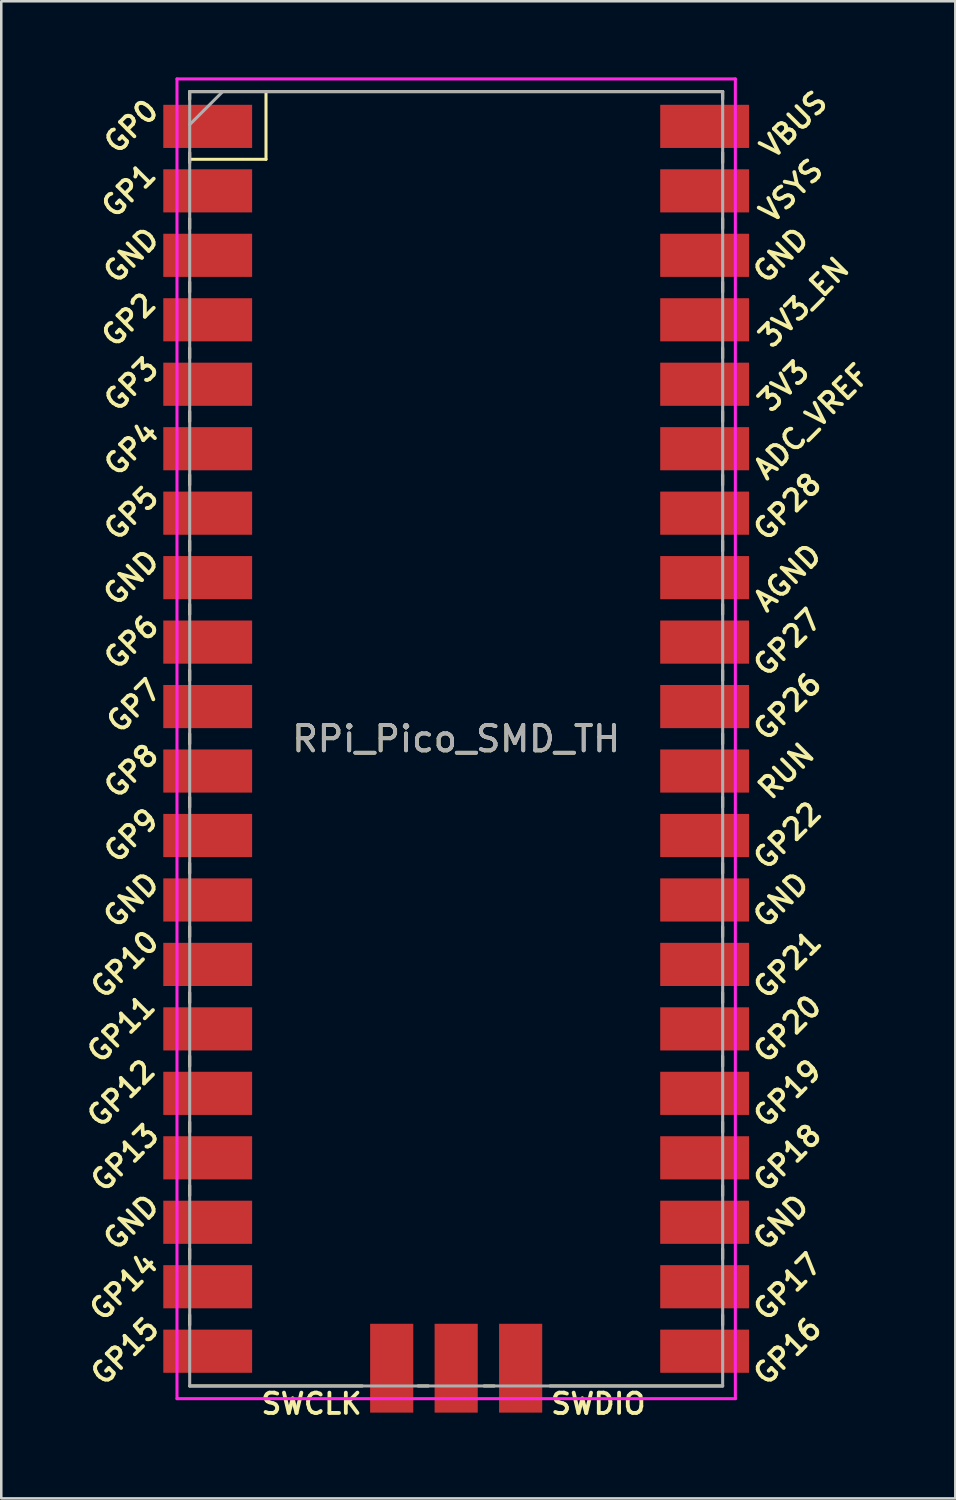
<source format=kicad_pcb>
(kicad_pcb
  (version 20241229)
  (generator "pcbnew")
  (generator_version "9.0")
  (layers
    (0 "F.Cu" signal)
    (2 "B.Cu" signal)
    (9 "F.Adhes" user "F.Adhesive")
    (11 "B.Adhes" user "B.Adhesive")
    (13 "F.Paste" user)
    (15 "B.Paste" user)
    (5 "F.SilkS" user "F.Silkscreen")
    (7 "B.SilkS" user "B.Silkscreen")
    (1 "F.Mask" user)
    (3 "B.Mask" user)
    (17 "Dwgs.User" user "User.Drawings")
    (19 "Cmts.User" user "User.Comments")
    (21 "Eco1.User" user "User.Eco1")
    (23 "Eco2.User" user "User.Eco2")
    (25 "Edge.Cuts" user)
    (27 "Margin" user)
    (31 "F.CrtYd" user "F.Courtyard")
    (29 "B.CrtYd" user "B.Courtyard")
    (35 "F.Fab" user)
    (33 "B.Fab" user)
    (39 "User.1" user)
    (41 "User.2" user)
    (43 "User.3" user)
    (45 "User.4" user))
  (footprint "RPi_Pico_SMD_TH"
    (layer "F.Cu")
    (at 14.924 26.06)
    (property "Reference" "RPi_Pico_SMD_TH" (at 0 0 0) (layer "F.SilkS") (effects (font (size 1 1) (thickness 0.15))))
    (attr through_hole)
    (fp_line (start -10.5 -25.5) (end -10.5 -25.2) (stroke (width 0.12) (type solid)) (layer "F.SilkS"))
    (fp_line (start -10.5 -25.5) (end 10.5 -25.5) (stroke (width 0.12) (type solid)) (layer "F.SilkS"))
    (fp_line (start -10.5 -23.1) (end -10.5 -22.7) (stroke (width 0.12) (type solid)) (layer "F.SilkS"))
    (fp_line (start -10.5 -22.833) (end -7.493 -22.833) (stroke (width 0.12) (type solid)) (layer "F.SilkS"))
    (fp_line (start -10.5 -20.5) (end -10.5 -20.1) (stroke (width 0.12) (type solid)) (layer "F.SilkS"))
    (fp_line (start -10.5 -18) (end -10.5 -17.6) (stroke (width 0.12) (type solid)) (layer "F.SilkS"))
    (fp_line (start -10.5 -15.4) (end -10.5 -15) (stroke (width 0.12) (type solid)) (layer "F.SilkS"))
    (fp_line (start -10.5 -12.9) (end -10.5 -12.5) (stroke (width 0.12) (type solid)) (layer "F.SilkS"))
    (fp_line (start -10.5 -10.4) (end -10.5 -10) (stroke (width 0.12) (type solid)) (layer "F.SilkS"))
    (fp_line (start -10.5 -7.8) (end -10.5 -7.4) (stroke (width 0.12) (type solid)) (layer "F.SilkS"))
    (fp_line (start -10.5 -5.3) (end -10.5 -4.9) (stroke (width 0.12) (type solid)) (layer "F.SilkS"))
    (fp_line (start -10.5 -2.7) (end -10.5 -2.3) (stroke (width 0.12) (type solid)) (layer "F.SilkS"))
    (fp_line (start -10.5 -0.2) (end -10.5 0.2) (stroke (width 0.12) (type solid)) (layer "F.SilkS"))
    (fp_line (start -10.5 2.3) (end -10.5 2.7) (stroke (width 0.12) (type solid)) (layer "F.SilkS"))
    (fp_line (start -10.5 4.9) (end -10.5 5.3) (stroke (width 0.12) (type solid)) (layer "F.SilkS"))
    (fp_line (start -10.5 7.4) (end -10.5 7.8) (stroke (width 0.12) (type solid)) (layer "F.SilkS"))
    (fp_line (start -10.5 10) (end -10.5 10.4) (stroke (width 0.12) (type solid)) (layer "F.SilkS"))
    (fp_line (start -10.5 12.5) (end -10.5 12.9) (stroke (width 0.12) (type solid)) (layer "F.SilkS"))
    (fp_line (start -10.5 15.1) (end -10.5 15.5) (stroke (width 0.12) (type solid)) (layer "F.SilkS"))
    (fp_line (start -10.5 17.6) (end -10.5 18) (stroke (width 0.12) (type solid)) (layer "F.SilkS"))
    (fp_line (start -10.5 20.1) (end -10.5 20.5) (stroke (width 0.12) (type solid)) (layer "F.SilkS"))
    (fp_line (start -10.5 22.7) (end -10.5 23.1) (stroke (width 0.12) (type solid)) (layer "F.SilkS"))
    (fp_line (start -7.493 -22.833) (end -7.493 -25.5) (stroke (width 0.12) (type solid)) (layer "F.SilkS"))
    (fp_line (start -3.7 25.5) (end -10.5 25.5) (stroke (width 0.12) (type solid)) (layer "F.SilkS"))
    (fp_line (start -1.5 25.5) (end -1.1 25.5) (stroke (width 0.12) (type solid)) (layer "F.SilkS"))
    (fp_line (start 1.1 25.5) (end 1.5 25.5) (stroke (width 0.12) (type solid)) (layer "F.SilkS"))
    (fp_line (start 10.5 -25.5) (end 10.5 -25.2) (stroke (width 0.12) (type solid)) (layer "F.SilkS"))
    (fp_line (start 10.5 -23.1) (end 10.5 -22.7) (stroke (width 0.12) (type solid)) (layer "F.SilkS"))
    (fp_line (start 10.5 -20.5) (end 10.5 -20.1) (stroke (width 0.12) (type solid)) (layer "F.SilkS"))
    (fp_line (start 10.5 -18) (end 10.5 -17.6) (stroke (width 0.12) (type solid)) (layer "F.SilkS"))
    (fp_line (start 10.5 -15.4) (end 10.5 -15) (stroke (width 0.12) (type solid)) (layer "F.SilkS"))
    (fp_line (start 10.5 -12.9) (end 10.5 -12.5) (stroke (width 0.12) (type solid)) (layer "F.SilkS"))
    (fp_line (start 10.5 -10.4) (end 10.5 -10) (stroke (width 0.12) (type solid)) (layer "F.SilkS"))
    (fp_line (start 10.5 -7.8) (end 10.5 -7.4) (stroke (width 0.12) (type solid)) (layer "F.SilkS"))
    (fp_line (start 10.5 -5.3) (end 10.5 -4.9) (stroke (width 0.12) (type solid)) (layer "F.SilkS"))
    (fp_line (start 10.5 -2.7) (end 10.5 -2.3) (stroke (width 0.12) (type solid)) (layer "F.SilkS"))
    (fp_line (start 10.5 -0.2) (end 10.5 0.2) (stroke (width 0.12) (type solid)) (layer "F.SilkS"))
    (fp_line (start 10.5 2.3) (end 10.5 2.7) (stroke (width 0.12) (type solid)) (layer "F.SilkS"))
    (fp_line (start 10.5 4.9) (end 10.5 5.3) (stroke (width 0.12) (type solid)) (layer "F.SilkS"))
    (fp_line (start 10.5 7.4) (end 10.5 7.8) (stroke (width 0.12) (type solid)) (layer "F.SilkS"))
    (fp_line (start 10.5 10) (end 10.5 10.4) (stroke (width 0.12) (type solid)) (layer "F.SilkS"))
    (fp_line (start 10.5 12.5) (end 10.5 12.9) (stroke (width 0.12) (type solid)) (layer "F.SilkS"))
    (fp_line (start 10.5 15.1) (end 10.5 15.5) (stroke (width 0.12) (type solid)) (layer "F.SilkS"))
    (fp_line (start 10.5 17.6) (end 10.5 18) (stroke (width 0.12) (type solid)) (layer "F.SilkS"))
    (fp_line (start 10.5 20.1) (end 10.5 20.5) (stroke (width 0.12) (type solid)) (layer "F.SilkS"))
    (fp_line (start 10.5 22.7) (end 10.5 23.1) (stroke (width 0.12) (type solid)) (layer "F.SilkS"))
    (fp_line (start 10.5 25.5) (end 3.7 25.5) (stroke (width 0.12) (type solid)) (layer "F.SilkS"))
    (fp_line (start -11 -26) (end 11 -26) (stroke (width 0.12) (type solid)) (layer "F.CrtYd"))
    (fp_line (start -11 26) (end -11 -26) (stroke (width 0.12) (type solid)) (layer "F.CrtYd"))
    (fp_line (start 11 -26) (end 11 26) (stroke (width 0.12) (type solid)) (layer "F.CrtYd"))
    (fp_line (start 11 26) (end -11 26) (stroke (width 0.12) (type solid)) (layer "F.CrtYd"))
    (fp_line (start -10.5 -25.5) (end 10.5 -25.5) (stroke (width 0.12) (type solid)) (layer "F.Fab"))
    (fp_line (start -10.5 -24.2) (end -9.2 -25.5) (stroke (width 0.12) (type solid)) (layer "F.Fab"))
    (fp_line (start -10.5 25.5) (end -10.5 -25.5) (stroke (width 0.12) (type solid)) (layer "F.Fab"))
    (fp_line (start 10.5 -25.5) (end 10.5 25.5) (stroke (width 0.12) (type solid)) (layer "F.Fab"))
    (fp_line (start 10.5 25.5) (end -10.5 25.5) (stroke (width 0.12) (type solid)) (layer "F.Fab"))
    (fp_text user "GND" (at -12.8 19.05 45) (layer "F.SilkS") (effects (font (size 0.8 0.8) (thickness 0.15))))
    (fp_text user "GP16" (at 13.054 24.13 45) (layer "F.SilkS") (effects (font (size 0.8 0.8) (thickness 0.15))))
    (fp_text user "SWCLK" (at -5.7 26.2 0) (layer "F.SilkS") (effects (font (size 0.8 0.8) (thickness 0.15))))
    (fp_text user "GND" (at 12.8 19.05 45) (layer "F.SilkS") (effects (font (size 0.8 0.8) (thickness 0.15))))
    (fp_text user "GP9" (at -12.8 3.81 45) (layer "F.SilkS") (effects (font (size 0.8 0.8) (thickness 0.15))))
    (fp_text user "GP20" (at 13.054 11.43 45) (layer "F.SilkS") (effects (font (size 0.8 0.8) (thickness 0.15))))
    (fp_text user "GP0" (at -12.8 -24.13 45) (layer "F.SilkS") (effects (font (size 0.8 0.8) (thickness 0.15))))
    (fp_text user "GP14" (at -13.1 21.59 45) (layer "F.SilkS") (effects (font (size 0.8 0.8) (thickness 0.15))))
    (fp_text user "3V3_EN" (at 13.7 -17.2 45) (layer "F.SilkS") (effects (font (size 0.8 0.8) (thickness 0.15))))
    (fp_text user "GND" (at 12.8 6.35 45) (layer "F.SilkS") (effects (font (size 0.8 0.8) (thickness 0.15))))
    (fp_text user "GP8" (at -12.8 1.27 45) (layer "F.SilkS") (effects (font (size 0.8 0.8) (thickness 0.15))))
    (fp_text user "GP10" (at -13.054 8.89 45) (layer "F.SilkS") (effects (font (size 0.8 0.8) (thickness 0.15))))
    (fp_text user "GP18" (at 13.054 16.51 45) (layer "F.SilkS") (effects (font (size 0.8 0.8) (thickness 0.15))))
    (fp_text user "GP15" (at -13.054 24.13 45) (layer "F.SilkS") (effects (font (size 0.8 0.8) (thickness 0.15))))
    (fp_text user "GND" (at -12.8 -6.35 45) (layer "F.SilkS") (effects (font (size 0.8 0.8) (thickness 0.15))))
    (fp_text user "VSYS" (at 13.2 -21.59 45) (layer "F.SilkS") (effects (font (size 0.8 0.8) (thickness 0.15))))
    (fp_text user "VBUS" (at 13.3 -24.2 45) (layer "F.SilkS") (effects (font (size 0.8 0.8) (thickness 0.15))))
    (fp_text user "GND" (at -12.8 6.35 45) (layer "F.SilkS") (effects (font (size 0.8 0.8) (thickness 0.15))))
    (fp_text user "GP21" (at 13.054 8.9 45) (layer "F.SilkS") (effects (font (size 0.8 0.8) (thickness 0.15))))
    (fp_text user "3V3" (at 12.9 -13.9 45) (layer "F.SilkS") (effects (font (size 0.8 0.8) (thickness 0.15))))
    (fp_text user "ADC_VREF" (at 14 -12.5 45) (layer "F.SilkS") (effects (font (size 0.8 0.8) (thickness 0.15))))
    (fp_text user "GP1" (at -12.9 -21.6 45) (layer "F.SilkS") (effects (font (size 0.8 0.8) (thickness 0.15))))
    (fp_text user "GP26" (at 13.054 -1.27 45) (layer "F.SilkS") (effects (font (size 0.8 0.8) (thickness 0.15))))
    (fp_text user "GP28" (at 13.054 -9.144 45) (layer "F.SilkS") (effects (font (size 0.8 0.8) (thickness 0.15))))
    (fp_text user "RUN" (at 13 1.27 45) (layer "F.SilkS") (effects (font (size 0.8 0.8) (thickness 0.15))))
    (fp_text user "GP22" (at 13.054 3.81 45) (layer "F.SilkS") (effects (font (size 0.8 0.8) (thickness 0.15))))
    (fp_text user "GND" (at 12.8 -19.05 45) (layer "F.SilkS") (effects (font (size 0.8 0.8) (thickness 0.15))))
    (fp_text user "SWDIO" (at 5.6 26.2 0) (layer "F.SilkS") (effects (font (size 0.8 0.8) (thickness 0.15))))
    (fp_text user "GP5" (at -12.8 -8.89 45) (layer "F.SilkS") (effects (font (size 0.8 0.8) (thickness 0.15))))
    (fp_text user "GP27" (at 13.054 -3.8 45) (layer "F.SilkS") (effects (font (size 0.8 0.8) (thickness 0.15))))
    (fp_text user "GP2" (at -12.9 -16.51 45) (layer "F.SilkS") (effects (font (size 0.8 0.8) (thickness 0.15))))
    (fp_text user "GP13" (at -13.054 16.51 45) (layer "F.SilkS") (effects (font (size 0.8 0.8) (thickness 0.15))))
    (fp_text user "GP17" (at 13.054 21.59 45) (layer "F.SilkS") (effects (font (size 0.8 0.8) (thickness 0.15))))
    (fp_text user "GND" (at -12.8 -19.05 45) (layer "F.SilkS") (effects (font (size 0.8 0.8) (thickness 0.15))))
    (fp_text user "GP12" (at -13.2 13.97 45) (layer "F.SilkS") (effects (font (size 0.8 0.8) (thickness 0.15))))
    (fp_text user "GP7" (at -12.7 -1.3 45) (layer "F.SilkS") (effects (font (size 0.8 0.8) (thickness 0.15))))
    (fp_text user "GP3" (at -12.8 -13.97 45) (layer "F.SilkS") (effects (font (size 0.8 0.8) (thickness 0.15))))
    (fp_text user "AGND" (at 13.054 -6.35 45) (layer "F.SilkS") (effects (font (size 0.8 0.8) (thickness 0.15))))
    (fp_text user "GP19" (at 13.054 13.97 45) (layer "F.SilkS") (effects (font (size 0.8 0.8) (thickness 0.15))))
    (fp_text user "GP4" (at -12.8 -11.43 45) (layer "F.SilkS") (effects (font (size 0.8 0.8) (thickness 0.15))))
    (fp_text user "GP6" (at -12.8 -3.81 45) (layer "F.SilkS") (effects (font (size 0.8 0.8) (thickness 0.15))))
    (fp_text user "GP11" (at -13.2 11.43 45) (layer "F.SilkS") (effects (font (size 0.8 0.8) (thickness 0.15))))
    (fp_text user "${REFERENCE}" (at 0 0 180) (layer "F.Fab") (effects (font (size 1 1) (thickness 0.15))))
    (pad "1" smd rect (at -8.89 -24.13) (size 3.5 1.7) (drill (offset -0.9 0)) (layers "F.Cu" "F.Mask"))
    (pad "2" smd rect (at -8.89 -21.59) (size 3.5 1.7) (drill (offset -0.9 0)) (layers "F.Cu" "F.Mask"))
    (pad "3" smd rect (at -8.89 -19.05) (size 3.5 1.7) (drill (offset -0.9 0)) (layers "F.Cu" "F.Mask"))
    (pad "4" smd rect (at -8.89 -16.51) (size 3.5 1.7) (drill (offset -0.9 0)) (layers "F.Cu" "F.Mask"))
    (pad "5" smd rect (at -8.89 -13.97) (size 3.5 1.7) (drill (offset -0.9 0)) (layers "F.Cu" "F.Mask"))
    (pad "6" smd rect (at -8.89 -11.43) (size 3.5 1.7) (drill (offset -0.9 0)) (layers "F.Cu" "F.Mask"))
    (pad "7" smd rect (at -8.89 -8.89) (size 3.5 1.7) (drill (offset -0.9 0)) (layers "F.Cu" "F.Mask"))
    (pad "8" smd rect (at -8.89 -6.35) (size 3.5 1.7) (drill (offset -0.9 0)) (layers "F.Cu" "F.Mask"))
    (pad "9" smd rect (at -8.89 -3.81) (size 3.5 1.7) (drill (offset -0.9 0)) (layers "F.Cu" "F.Mask"))
    (pad "10" smd rect (at -8.89 -1.27) (size 3.5 1.7) (drill (offset -0.9 0)) (layers "F.Cu" "F.Mask"))
    (pad "11" smd rect (at -8.89 1.27) (size 3.5 1.7) (drill (offset -0.9 0)) (layers "F.Cu" "F.Mask"))
    (pad "12" smd rect (at -8.89 3.81) (size 3.5 1.7) (drill (offset -0.9 0)) (layers "F.Cu" "F.Mask"))
    (pad "13" smd rect (at -8.89 6.35) (size 3.5 1.7) (drill (offset -0.9 0)) (layers "F.Cu" "F.Mask"))
    (pad "14" smd rect (at -8.89 8.89) (size 3.5 1.7) (drill (offset -0.9 0)) (layers "F.Cu" "F.Mask"))
    (pad "15" smd rect (at -8.89 11.43) (size 3.5 1.7) (drill (offset -0.9 0)) (layers "F.Cu" "F.Mask"))
    (pad "16" smd rect (at -8.89 13.97) (size 3.5 1.7) (drill (offset -0.9 0)) (layers "F.Cu" "F.Mask"))
    (pad "17" smd rect (at -8.89 16.51) (size 3.5 1.7) (drill (offset -0.9 0)) (layers "F.Cu" "F.Mask"))
    (pad "18" smd rect (at -8.89 19.05) (size 3.5 1.7) (drill (offset -0.9 0)) (layers "F.Cu" "F.Mask"))
    (pad "19" smd rect (at -8.89 21.59) (size 3.5 1.7) (drill (offset -0.9 0)) (layers "F.Cu" "F.Mask"))
    (pad "20" smd rect (at -8.89 24.13) (size 3.5 1.7) (drill (offset -0.9 0)) (layers "F.Cu" "F.Mask"))
    (pad "21" smd rect (at 8.89 24.13) (size 3.5 1.7) (drill (offset 0.9 0)) (layers "F.Cu" "F.Mask"))
    (pad "22" smd rect (at 8.89 21.59) (size 3.5 1.7) (drill (offset 0.9 0)) (layers "F.Cu" "F.Mask"))
    (pad "23" smd rect (at 8.89 19.05) (size 3.5 1.7) (drill (offset 0.9 0)) (layers "F.Cu" "F.Mask"))
    (pad "24" smd rect (at 8.89 16.51) (size 3.5 1.7) (drill (offset 0.9 0)) (layers "F.Cu" "F.Mask"))
    (pad "25" smd rect (at 8.89 13.97) (size 3.5 1.7) (drill (offset 0.9 0)) (layers "F.Cu" "F.Mask"))
    (pad "26" smd rect (at 8.89 11.43) (size 3.5 1.7) (drill (offset 0.9 0)) (layers "F.Cu" "F.Mask"))
    (pad "27" smd rect (at 8.89 8.89) (size 3.5 1.7) (drill (offset 0.9 0)) (layers "F.Cu" "F.Mask"))
    (pad "28" smd rect (at 8.89 6.35) (size 3.5 1.7) (drill (offset 0.9 0)) (layers "F.Cu" "F.Mask"))
    (pad "29" smd rect (at 8.89 3.81) (size 3.5 1.7) (drill (offset 0.9 0)) (layers "F.Cu" "F.Mask"))
    (pad "30" smd rect (at 8.89 1.27) (size 3.5 1.7) (drill (offset 0.9 0)) (layers "F.Cu" "F.Mask"))
    (pad "31" smd rect (at 8.89 -1.27) (size 3.5 1.7) (drill (offset 0.9 0)) (layers "F.Cu" "F.Mask"))
    (pad "32" smd rect (at 8.89 -3.81) (size 3.5 1.7) (drill (offset 0.9 0)) (layers "F.Cu" "F.Mask"))
    (pad "33" smd rect (at 8.89 -6.35) (size 3.5 1.7) (drill (offset 0.9 0)) (layers "F.Cu" "F.Mask"))
    (pad "34" smd rect (at 8.89 -8.89) (size 3.5 1.7) (drill (offset 0.9 0)) (layers "F.Cu" "F.Mask"))
    (pad "35" smd rect (at 8.89 -11.43) (size 3.5 1.7) (drill (offset 0.9 0)) (layers "F.Cu" "F.Mask"))
    (pad "36" smd rect (at 8.89 -13.97) (size 3.5 1.7) (drill (offset 0.9 0)) (layers "F.Cu" "F.Mask"))
    (pad "37" smd rect (at 8.89 -16.51) (size 3.5 1.7) (drill (offset 0.9 0)) (layers "F.Cu" "F.Mask"))
    (pad "38" smd rect (at 8.89 -19.05) (size 3.5 1.7) (drill (offset 0.9 0)) (layers "F.Cu" "F.Mask"))
    (pad "39" smd rect (at 8.89 -21.59) (size 3.5 1.7) (drill (offset 0.9 0)) (layers "F.Cu" "F.Mask"))
    (pad "40" smd rect (at 8.89 -24.13) (size 3.5 1.7) (drill (offset 0.9 0)) (layers "F.Cu" "F.Mask"))
    (pad "41" smd rect (at -2.54 23.9 90) (size 3.5 1.7) (drill (offset -0.9 0)) (layers "F.Cu" "F.Mask"))
    (pad "42" smd rect (at 0 23.9 90) (size 3.5 1.7) (drill (offset -0.9 0)) (layers "F.Cu" "F.Mask"))
    (pad "43" smd rect (at 2.54 23.9 90) (size 3.5 1.7) (drill (offset -0.9 0)) (layers "F.Cu" "F.Mask"))
    (zone (net_name "") (layer "F.Cu") (hatch edge 0.5) (connect_pads) (min_thickness 0.25) (filled_areas_thickness no) (keepout (tracks not_allowed) (vias not_allowed) (pads not_allowed) (copperpour not_allowed) (footprints allowed)) (placement (enabled no)) (fill) (polygon (pts (xy 13.624 14.76) (xy 11.224 14.76) (xy 11.224 7.36) (xy 13.624 7.36))))
    (zone (net_name "") (layer "F.Cu") (hatch edge 0.5) (connect_pads) (min_thickness 0.25) (filled_areas_thickness no) (keepout (tracks not_allowed) (vias not_allowed) (pads not_allowed) (copperpour not_allowed) (footprints allowed)) (placement (enabled no)) (fill) (polygon (pts (xy 18.824 6.06) (xy 11.024 6.06) (xy 11.024 0.96) (xy 18.824 0.96)))))
  (gr_rect
    (start -3 -3)
    (end 34.591 55.991)
    (stroke (width 0.1) (type default))
    (fill no)
    (layer "Edge.Cuts")))
</source>
